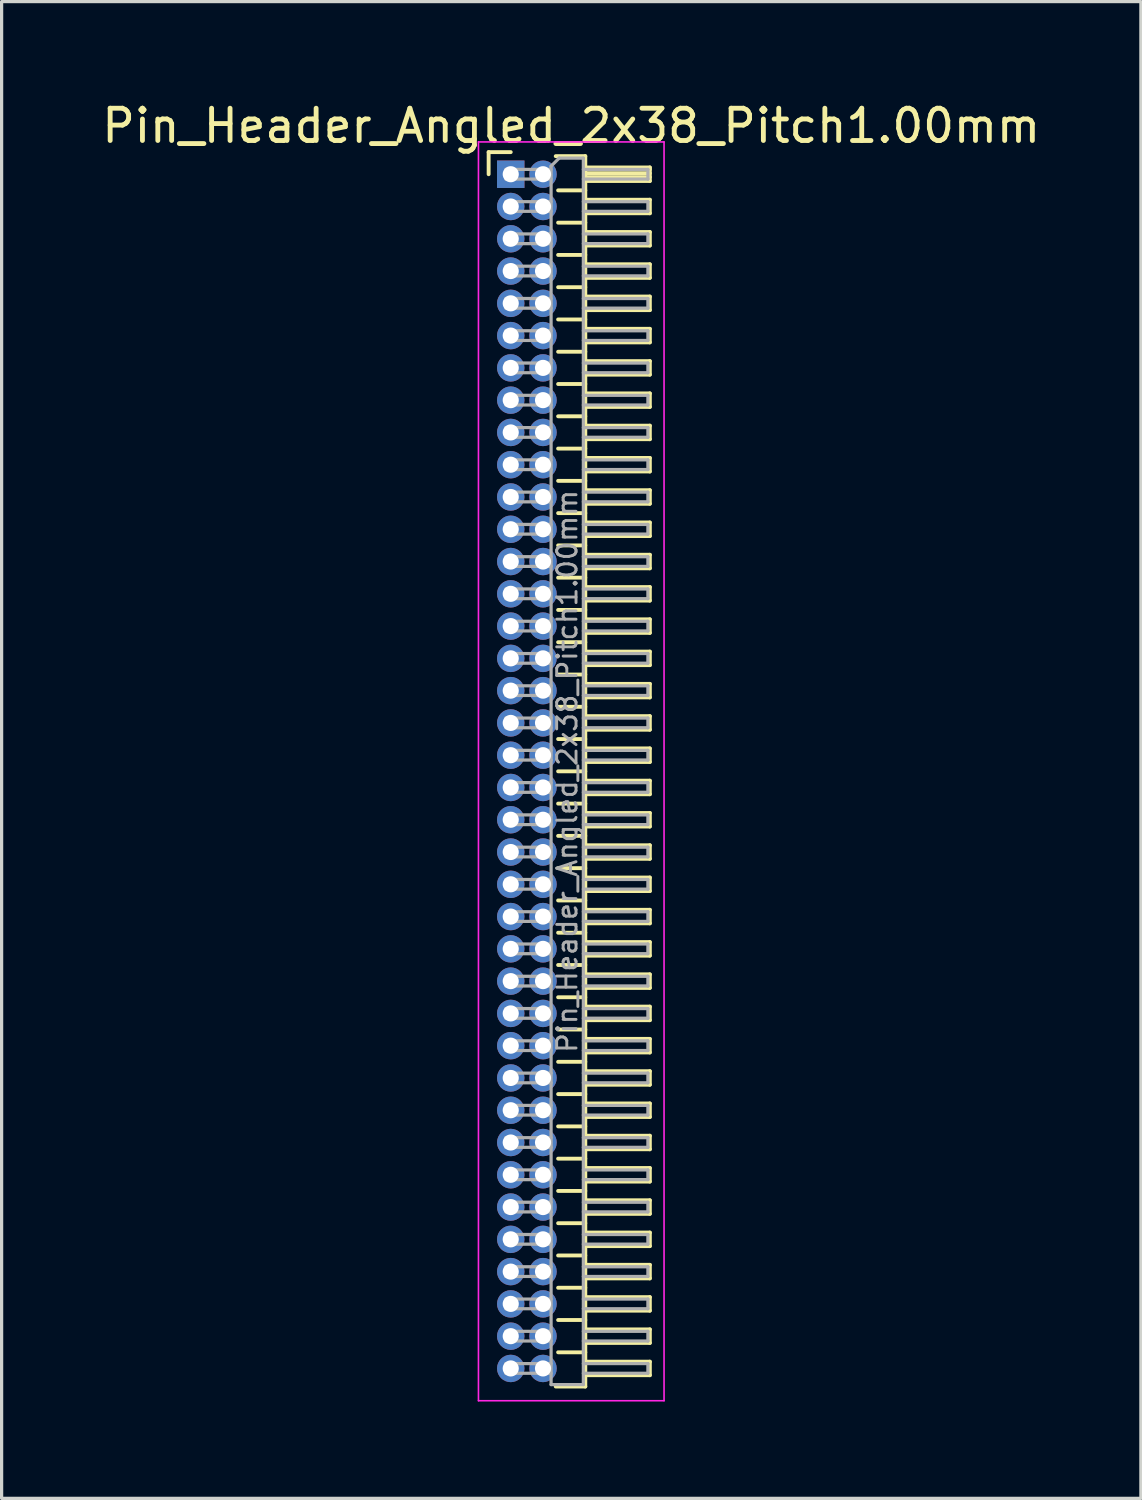
<source format=kicad_pcb>
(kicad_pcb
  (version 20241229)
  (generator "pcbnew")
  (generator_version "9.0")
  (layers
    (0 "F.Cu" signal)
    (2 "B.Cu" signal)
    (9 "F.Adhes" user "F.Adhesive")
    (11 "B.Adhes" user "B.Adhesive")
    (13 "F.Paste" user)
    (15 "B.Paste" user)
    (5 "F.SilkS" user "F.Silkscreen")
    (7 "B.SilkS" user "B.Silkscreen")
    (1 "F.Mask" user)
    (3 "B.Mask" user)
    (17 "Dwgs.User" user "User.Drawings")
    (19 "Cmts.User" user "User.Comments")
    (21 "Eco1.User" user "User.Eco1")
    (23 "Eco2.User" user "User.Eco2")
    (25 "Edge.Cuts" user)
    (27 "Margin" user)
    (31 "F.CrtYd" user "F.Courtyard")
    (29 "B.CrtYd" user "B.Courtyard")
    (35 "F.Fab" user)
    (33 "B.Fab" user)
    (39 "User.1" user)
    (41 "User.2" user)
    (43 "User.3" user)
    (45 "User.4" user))
  (footprint "Pin_Header_Angled_2x38_Pitch1.00mm"
    (layer "F.Cu")
    (at 12.774 2.348)
    (property "Reference" "Pin_Header_Angled_2x38_Pitch1.00mm" (at 1.875 -1.5 0) (layer "F.SilkS") (effects (font (size 1 1) (thickness 0.15))))
    (attr through_hole)
    (fp_line (start -0.685 -0.685) (end 0 -0.685) (stroke (width 0.12) (type solid)) (layer "F.SilkS"))
    (fp_line (start -0.685 0) (end -0.685 -0.685) (stroke (width 0.12) (type solid)) (layer "F.SilkS"))
    (fp_line (start 1.394 -0.56) (end 2.31 -0.56) (stroke (width 0.12) (type solid)) (layer "F.SilkS"))
    (fp_line (start 1.468 0.5) (end 2.31 0.5) (stroke (width 0.12) (type solid)) (layer "F.SilkS"))
    (fp_line (start 1.468 1.5) (end 2.31 1.5) (stroke (width 0.12) (type solid)) (layer "F.SilkS"))
    (fp_line (start 1.468 2.5) (end 2.31 2.5) (stroke (width 0.12) (type solid)) (layer "F.SilkS"))
    (fp_line (start 1.468 3.5) (end 2.31 3.5) (stroke (width 0.12) (type solid)) (layer "F.SilkS"))
    (fp_line (start 1.468 4.5) (end 2.31 4.5) (stroke (width 0.12) (type solid)) (layer "F.SilkS"))
    (fp_line (start 1.468 5.5) (end 2.31 5.5) (stroke (width 0.12) (type solid)) (layer "F.SilkS"))
    (fp_line (start 1.468 6.5) (end 2.31 6.5) (stroke (width 0.12) (type solid)) (layer "F.SilkS"))
    (fp_line (start 1.468 7.5) (end 2.31 7.5) (stroke (width 0.12) (type solid)) (layer "F.SilkS"))
    (fp_line (start 1.468 8.5) (end 2.31 8.5) (stroke (width 0.12) (type solid)) (layer "F.SilkS"))
    (fp_line (start 1.468 9.5) (end 2.31 9.5) (stroke (width 0.12) (type solid)) (layer "F.SilkS"))
    (fp_line (start 1.468 10.5) (end 2.31 10.5) (stroke (width 0.12) (type solid)) (layer "F.SilkS"))
    (fp_line (start 1.468 11.5) (end 2.31 11.5) (stroke (width 0.12) (type solid)) (layer "F.SilkS"))
    (fp_line (start 1.468 12.5) (end 2.31 12.5) (stroke (width 0.12) (type solid)) (layer "F.SilkS"))
    (fp_line (start 1.468 13.5) (end 2.31 13.5) (stroke (width 0.12) (type solid)) (layer "F.SilkS"))
    (fp_line (start 1.468 14.5) (end 2.31 14.5) (stroke (width 0.12) (type solid)) (layer "F.SilkS"))
    (fp_line (start 1.468 15.5) (end 2.31 15.5) (stroke (width 0.12) (type solid)) (layer "F.SilkS"))
    (fp_line (start 1.468 16.5) (end 2.31 16.5) (stroke (width 0.12) (type solid)) (layer "F.SilkS"))
    (fp_line (start 1.468 17.5) (end 2.31 17.5) (stroke (width 0.12) (type solid)) (layer "F.SilkS"))
    (fp_line (start 1.468 18.5) (end 2.31 18.5) (stroke (width 0.12) (type solid)) (layer "F.SilkS"))
    (fp_line (start 1.468 19.5) (end 2.31 19.5) (stroke (width 0.12) (type solid)) (layer "F.SilkS"))
    (fp_line (start 1.468 20.5) (end 2.31 20.5) (stroke (width 0.12) (type solid)) (layer "F.SilkS"))
    (fp_line (start 1.468 21.5) (end 2.31 21.5) (stroke (width 0.12) (type solid)) (layer "F.SilkS"))
    (fp_line (start 1.468 22.5) (end 2.31 22.5) (stroke (width 0.12) (type solid)) (layer "F.SilkS"))
    (fp_line (start 1.468 23.5) (end 2.31 23.5) (stroke (width 0.12) (type solid)) (layer "F.SilkS"))
    (fp_line (start 1.468 24.5) (end 2.31 24.5) (stroke (width 0.12) (type solid)) (layer "F.SilkS"))
    (fp_line (start 1.468 25.5) (end 2.31 25.5) (stroke (width 0.12) (type solid)) (layer "F.SilkS"))
    (fp_line (start 1.468 26.5) (end 2.31 26.5) (stroke (width 0.12) (type solid)) (layer "F.SilkS"))
    (fp_line (start 1.468 27.5) (end 2.31 27.5) (stroke (width 0.12) (type solid)) (layer "F.SilkS"))
    (fp_line (start 1.468 28.5) (end 2.31 28.5) (stroke (width 0.12) (type solid)) (layer "F.SilkS"))
    (fp_line (start 1.468 29.5) (end 2.31 29.5) (stroke (width 0.12) (type solid)) (layer "F.SilkS"))
    (fp_line (start 1.468 30.5) (end 2.31 30.5) (stroke (width 0.12) (type solid)) (layer "F.SilkS"))
    (fp_line (start 1.468 31.5) (end 2.31 31.5) (stroke (width 0.12) (type solid)) (layer "F.SilkS"))
    (fp_line (start 1.468 32.5) (end 2.31 32.5) (stroke (width 0.12) (type solid)) (layer "F.SilkS"))
    (fp_line (start 1.468 33.5) (end 2.31 33.5) (stroke (width 0.12) (type solid)) (layer "F.SilkS"))
    (fp_line (start 1.468 34.5) (end 2.31 34.5) (stroke (width 0.12) (type solid)) (layer "F.SilkS"))
    (fp_line (start 1.468 35.5) (end 2.31 35.5) (stroke (width 0.12) (type solid)) (layer "F.SilkS"))
    (fp_line (start 1.468 36.5) (end 2.31 36.5) (stroke (width 0.12) (type solid)) (layer "F.SilkS"))
    (fp_line (start 2.31 -0.56) (end 2.31 37.56) (stroke (width 0.12) (type solid)) (layer "F.SilkS"))
    (fp_line (start 2.31 -0.21) (end 4.31 -0.21) (stroke (width 0.12) (type solid)) (layer "F.SilkS"))
    (fp_line (start 2.31 -0.15) (end 4.31 -0.15) (stroke (width 0.12) (type solid)) (layer "F.SilkS"))
    (fp_line (start 2.31 -0.03) (end 4.31 -0.03) (stroke (width 0.12) (type solid)) (layer "F.SilkS"))
    (fp_line (start 2.31 0.09) (end 4.31 0.09) (stroke (width 0.12) (type solid)) (layer "F.SilkS"))
    (fp_line (start 2.31 0.79) (end 4.31 0.79) (stroke (width 0.12) (type solid)) (layer "F.SilkS"))
    (fp_line (start 2.31 1.79) (end 4.31 1.79) (stroke (width 0.12) (type solid)) (layer "F.SilkS"))
    (fp_line (start 2.31 2.79) (end 4.31 2.79) (stroke (width 0.12) (type solid)) (layer "F.SilkS"))
    (fp_line (start 2.31 3.79) (end 4.31 3.79) (stroke (width 0.12) (type solid)) (layer "F.SilkS"))
    (fp_line (start 2.31 4.79) (end 4.31 4.79) (stroke (width 0.12) (type solid)) (layer "F.SilkS"))
    (fp_line (start 2.31 5.79) (end 4.31 5.79) (stroke (width 0.12) (type solid)) (layer "F.SilkS"))
    (fp_line (start 2.31 6.79) (end 4.31 6.79) (stroke (width 0.12) (type solid)) (layer "F.SilkS"))
    (fp_line (start 2.31 7.79) (end 4.31 7.79) (stroke (width 0.12) (type solid)) (layer "F.SilkS"))
    (fp_line (start 2.31 8.79) (end 4.31 8.79) (stroke (width 0.12) (type solid)) (layer "F.SilkS"))
    (fp_line (start 2.31 9.79) (end 4.31 9.79) (stroke (width 0.12) (type solid)) (layer "F.SilkS"))
    (fp_line (start 2.31 10.79) (end 4.31 10.79) (stroke (width 0.12) (type solid)) (layer "F.SilkS"))
    (fp_line (start 2.31 11.79) (end 4.31 11.79) (stroke (width 0.12) (type solid)) (layer "F.SilkS"))
    (fp_line (start 2.31 12.79) (end 4.31 12.79) (stroke (width 0.12) (type solid)) (layer "F.SilkS"))
    (fp_line (start 2.31 13.79) (end 4.31 13.79) (stroke (width 0.12) (type solid)) (layer "F.SilkS"))
    (fp_line (start 2.31 14.79) (end 4.31 14.79) (stroke (width 0.12) (type solid)) (layer "F.SilkS"))
    (fp_line (start 2.31 15.79) (end 4.31 15.79) (stroke (width 0.12) (type solid)) (layer "F.SilkS"))
    (fp_line (start 2.31 16.79) (end 4.31 16.79) (stroke (width 0.12) (type solid)) (layer "F.SilkS"))
    (fp_line (start 2.31 17.79) (end 4.31 17.79) (stroke (width 0.12) (type solid)) (layer "F.SilkS"))
    (fp_line (start 2.31 18.79) (end 4.31 18.79) (stroke (width 0.12) (type solid)) (layer "F.SilkS"))
    (fp_line (start 2.31 19.79) (end 4.31 19.79) (stroke (width 0.12) (type solid)) (layer "F.SilkS"))
    (fp_line (start 2.31 20.79) (end 4.31 20.79) (stroke (width 0.12) (type solid)) (layer "F.SilkS"))
    (fp_line (start 2.31 21.79) (end 4.31 21.79) (stroke (width 0.12) (type solid)) (layer "F.SilkS"))
    (fp_line (start 2.31 22.79) (end 4.31 22.79) (stroke (width 0.12) (type solid)) (layer "F.SilkS"))
    (fp_line (start 2.31 23.79) (end 4.31 23.79) (stroke (width 0.12) (type solid)) (layer "F.SilkS"))
    (fp_line (start 2.31 24.79) (end 4.31 24.79) (stroke (width 0.12) (type solid)) (layer "F.SilkS"))
    (fp_line (start 2.31 25.79) (end 4.31 25.79) (stroke (width 0.12) (type solid)) (layer "F.SilkS"))
    (fp_line (start 2.31 26.79) (end 4.31 26.79) (stroke (width 0.12) (type solid)) (layer "F.SilkS"))
    (fp_line (start 2.31 27.79) (end 4.31 27.79) (stroke (width 0.12) (type solid)) (layer "F.SilkS"))
    (fp_line (start 2.31 28.79) (end 4.31 28.79) (stroke (width 0.12) (type solid)) (layer "F.SilkS"))
    (fp_line (start 2.31 29.79) (end 4.31 29.79) (stroke (width 0.12) (type solid)) (layer "F.SilkS"))
    (fp_line (start 2.31 30.79) (end 4.31 30.79) (stroke (width 0.12) (type solid)) (layer "F.SilkS"))
    (fp_line (start 2.31 31.79) (end 4.31 31.79) (stroke (width 0.12) (type solid)) (layer "F.SilkS"))
    (fp_line (start 2.31 32.79) (end 4.31 32.79) (stroke (width 0.12) (type solid)) (layer "F.SilkS"))
    (fp_line (start 2.31 33.79) (end 4.31 33.79) (stroke (width 0.12) (type solid)) (layer "F.SilkS"))
    (fp_line (start 2.31 34.79) (end 4.31 34.79) (stroke (width 0.12) (type solid)) (layer "F.SilkS"))
    (fp_line (start 2.31 35.79) (end 4.31 35.79) (stroke (width 0.12) (type solid)) (layer "F.SilkS"))
    (fp_line (start 2.31 36.79) (end 4.31 36.79) (stroke (width 0.12) (type solid)) (layer "F.SilkS"))
    (fp_line (start 2.31 37.56) (end 1.394 37.56) (stroke (width 0.12) (type solid)) (layer "F.SilkS"))
    (fp_line (start 4.31 -0.21) (end 4.31 0.21) (stroke (width 0.12) (type solid)) (layer "F.SilkS"))
    (fp_line (start 4.31 0.21) (end 2.31 0.21) (stroke (width 0.12) (type solid)) (layer "F.SilkS"))
    (fp_line (start 4.31 0.79) (end 4.31 1.21) (stroke (width 0.12) (type solid)) (layer "F.SilkS"))
    (fp_line (start 4.31 1.21) (end 2.31 1.21) (stroke (width 0.12) (type solid)) (layer "F.SilkS"))
    (fp_line (start 4.31 1.79) (end 4.31 2.21) (stroke (width 0.12) (type solid)) (layer "F.SilkS"))
    (fp_line (start 4.31 2.21) (end 2.31 2.21) (stroke (width 0.12) (type solid)) (layer "F.SilkS"))
    (fp_line (start 4.31 2.79) (end 4.31 3.21) (stroke (width 0.12) (type solid)) (layer "F.SilkS"))
    (fp_line (start 4.31 3.21) (end 2.31 3.21) (stroke (width 0.12) (type solid)) (layer "F.SilkS"))
    (fp_line (start 4.31 3.79) (end 4.31 4.21) (stroke (width 0.12) (type solid)) (layer "F.SilkS"))
    (fp_line (start 4.31 4.21) (end 2.31 4.21) (stroke (width 0.12) (type solid)) (layer "F.SilkS"))
    (fp_line (start 4.31 4.79) (end 4.31 5.21) (stroke (width 0.12) (type solid)) (layer "F.SilkS"))
    (fp_line (start 4.31 5.21) (end 2.31 5.21) (stroke (width 0.12) (type solid)) (layer "F.SilkS"))
    (fp_line (start 4.31 5.79) (end 4.31 6.21) (stroke (width 0.12) (type solid)) (layer "F.SilkS"))
    (fp_line (start 4.31 6.21) (end 2.31 6.21) (stroke (width 0.12) (type solid)) (layer "F.SilkS"))
    (fp_line (start 4.31 6.79) (end 4.31 7.21) (stroke (width 0.12) (type solid)) (layer "F.SilkS"))
    (fp_line (start 4.31 7.21) (end 2.31 7.21) (stroke (width 0.12) (type solid)) (layer "F.SilkS"))
    (fp_line (start 4.31 7.79) (end 4.31 8.21) (stroke (width 0.12) (type solid)) (layer "F.SilkS"))
    (fp_line (start 4.31 8.21) (end 2.31 8.21) (stroke (width 0.12) (type solid)) (layer "F.SilkS"))
    (fp_line (start 4.31 8.79) (end 4.31 9.21) (stroke (width 0.12) (type solid)) (layer "F.SilkS"))
    (fp_line (start 4.31 9.21) (end 2.31 9.21) (stroke (width 0.12) (type solid)) (layer "F.SilkS"))
    (fp_line (start 4.31 9.79) (end 4.31 10.21) (stroke (width 0.12) (type solid)) (layer "F.SilkS"))
    (fp_line (start 4.31 10.21) (end 2.31 10.21) (stroke (width 0.12) (type solid)) (layer "F.SilkS"))
    (fp_line (start 4.31 10.79) (end 4.31 11.21) (stroke (width 0.12) (type solid)) (layer "F.SilkS"))
    (fp_line (start 4.31 11.21) (end 2.31 11.21) (stroke (width 0.12) (type solid)) (layer "F.SilkS"))
    (fp_line (start 4.31 11.79) (end 4.31 12.21) (stroke (width 0.12) (type solid)) (layer "F.SilkS"))
    (fp_line (start 4.31 12.21) (end 2.31 12.21) (stroke (width 0.12) (type solid)) (layer "F.SilkS"))
    (fp_line (start 4.31 12.79) (end 4.31 13.21) (stroke (width 0.12) (type solid)) (layer "F.SilkS"))
    (fp_line (start 4.31 13.21) (end 2.31 13.21) (stroke (width 0.12) (type solid)) (layer "F.SilkS"))
    (fp_line (start 4.31 13.79) (end 4.31 14.21) (stroke (width 0.12) (type solid)) (layer "F.SilkS"))
    (fp_line (start 4.31 14.21) (end 2.31 14.21) (stroke (width 0.12) (type solid)) (layer "F.SilkS"))
    (fp_line (start 4.31 14.79) (end 4.31 15.21) (stroke (width 0.12) (type solid)) (layer "F.SilkS"))
    (fp_line (start 4.31 15.21) (end 2.31 15.21) (stroke (width 0.12) (type solid)) (layer "F.SilkS"))
    (fp_line (start 4.31 15.79) (end 4.31 16.21) (stroke (width 0.12) (type solid)) (layer "F.SilkS"))
    (fp_line (start 4.31 16.21) (end 2.31 16.21) (stroke (width 0.12) (type solid)) (layer "F.SilkS"))
    (fp_line (start 4.31 16.79) (end 4.31 17.21) (stroke (width 0.12) (type solid)) (layer "F.SilkS"))
    (fp_line (start 4.31 17.21) (end 2.31 17.21) (stroke (width 0.12) (type solid)) (layer "F.SilkS"))
    (fp_line (start 4.31 17.79) (end 4.31 18.21) (stroke (width 0.12) (type solid)) (layer "F.SilkS"))
    (fp_line (start 4.31 18.21) (end 2.31 18.21) (stroke (width 0.12) (type solid)) (layer "F.SilkS"))
    (fp_line (start 4.31 18.79) (end 4.31 19.21) (stroke (width 0.12) (type solid)) (layer "F.SilkS"))
    (fp_line (start 4.31 19.21) (end 2.31 19.21) (stroke (width 0.12) (type solid)) (layer "F.SilkS"))
    (fp_line (start 4.31 19.79) (end 4.31 20.21) (stroke (width 0.12) (type solid)) (layer "F.SilkS"))
    (fp_line (start 4.31 20.21) (end 2.31 20.21) (stroke (width 0.12) (type solid)) (layer "F.SilkS"))
    (fp_line (start 4.31 20.79) (end 4.31 21.21) (stroke (width 0.12) (type solid)) (layer "F.SilkS"))
    (fp_line (start 4.31 21.21) (end 2.31 21.21) (stroke (width 0.12) (type solid)) (layer "F.SilkS"))
    (fp_line (start 4.31 21.79) (end 4.31 22.21) (stroke (width 0.12) (type solid)) (layer "F.SilkS"))
    (fp_line (start 4.31 22.21) (end 2.31 22.21) (stroke (width 0.12) (type solid)) (layer "F.SilkS"))
    (fp_line (start 4.31 22.79) (end 4.31 23.21) (stroke (width 0.12) (type solid)) (layer "F.SilkS"))
    (fp_line (start 4.31 23.21) (end 2.31 23.21) (stroke (width 0.12) (type solid)) (layer "F.SilkS"))
    (fp_line (start 4.31 23.79) (end 4.31 24.21) (stroke (width 0.12) (type solid)) (layer "F.SilkS"))
    (fp_line (start 4.31 24.21) (end 2.31 24.21) (stroke (width 0.12) (type solid)) (layer "F.SilkS"))
    (fp_line (start 4.31 24.79) (end 4.31 25.21) (stroke (width 0.12) (type solid)) (layer "F.SilkS"))
    (fp_line (start 4.31 25.21) (end 2.31 25.21) (stroke (width 0.12) (type solid)) (layer "F.SilkS"))
    (fp_line (start 4.31 25.79) (end 4.31 26.21) (stroke (width 0.12) (type solid)) (layer "F.SilkS"))
    (fp_line (start 4.31 26.21) (end 2.31 26.21) (stroke (width 0.12) (type solid)) (layer "F.SilkS"))
    (fp_line (start 4.31 26.79) (end 4.31 27.21) (stroke (width 0.12) (type solid)) (layer "F.SilkS"))
    (fp_line (start 4.31 27.21) (end 2.31 27.21) (stroke (width 0.12) (type solid)) (layer "F.SilkS"))
    (fp_line (start 4.31 27.79) (end 4.31 28.21) (stroke (width 0.12) (type solid)) (layer "F.SilkS"))
    (fp_line (start 4.31 28.21) (end 2.31 28.21) (stroke (width 0.12) (type solid)) (layer "F.SilkS"))
    (fp_line (start 4.31 28.79) (end 4.31 29.21) (stroke (width 0.12) (type solid)) (layer "F.SilkS"))
    (fp_line (start 4.31 29.21) (end 2.31 29.21) (stroke (width 0.12) (type solid)) (layer "F.SilkS"))
    (fp_line (start 4.31 29.79) (end 4.31 30.21) (stroke (width 0.12) (type solid)) (layer "F.SilkS"))
    (fp_line (start 4.31 30.21) (end 2.31 30.21) (stroke (width 0.12) (type solid)) (layer "F.SilkS"))
    (fp_line (start 4.31 30.79) (end 4.31 31.21) (stroke (width 0.12) (type solid)) (layer "F.SilkS"))
    (fp_line (start 4.31 31.21) (end 2.31 31.21) (stroke (width 0.12) (type solid)) (layer "F.SilkS"))
    (fp_line (start 4.31 31.79) (end 4.31 32.21) (stroke (width 0.12) (type solid)) (layer "F.SilkS"))
    (fp_line (start 4.31 32.21) (end 2.31 32.21) (stroke (width 0.12) (type solid)) (layer "F.SilkS"))
    (fp_line (start 4.31 32.79) (end 4.31 33.21) (stroke (width 0.12) (type solid)) (layer "F.SilkS"))
    (fp_line (start 4.31 33.21) (end 2.31 33.21) (stroke (width 0.12) (type solid)) (layer "F.SilkS"))
    (fp_line (start 4.31 33.79) (end 4.31 34.21) (stroke (width 0.12) (type solid)) (layer "F.SilkS"))
    (fp_line (start 4.31 34.21) (end 2.31 34.21) (stroke (width 0.12) (type solid)) (layer "F.SilkS"))
    (fp_line (start 4.31 34.79) (end 4.31 35.21) (stroke (width 0.12) (type solid)) (layer "F.SilkS"))
    (fp_line (start 4.31 35.21) (end 2.31 35.21) (stroke (width 0.12) (type solid)) (layer "F.SilkS"))
    (fp_line (start 4.31 35.79) (end 4.31 36.21) (stroke (width 0.12) (type solid)) (layer "F.SilkS"))
    (fp_line (start 4.31 36.21) (end 2.31 36.21) (stroke (width 0.12) (type solid)) (layer "F.SilkS"))
    (fp_line (start 4.31 36.79) (end 4.31 37.21) (stroke (width 0.12) (type solid)) (layer "F.SilkS"))
    (fp_line (start 4.31 37.21) (end 2.31 37.21) (stroke (width 0.12) (type solid)) (layer "F.SilkS"))
    (fp_line (start -1 -1) (end -1 38) (stroke (width 0.05) (type solid)) (layer "F.CrtYd"))
    (fp_line (start -1 38) (end 4.75 38) (stroke (width 0.05) (type solid)) (layer "F.CrtYd"))
    (fp_line (start 4.75 -1) (end -1 -1) (stroke (width 0.05) (type solid)) (layer "F.CrtYd"))
    (fp_line (start 4.75 38) (end 4.75 -1) (stroke (width 0.05) (type solid)) (layer "F.CrtYd"))
    (fp_line (start -0.15 -0.15) (end -0.15 0.15) (stroke (width 0.1) (type solid)) (layer "F.Fab"))
    (fp_line (start -0.15 -0.15) (end 1.25 -0.15) (stroke (width 0.1) (type solid)) (layer "F.Fab"))
    (fp_line (start -0.15 0.15) (end 1.25 0.15) (stroke (width 0.1) (type solid)) (layer "F.Fab"))
    (fp_line (start -0.15 0.85) (end -0.15 1.15) (stroke (width 0.1) (type solid)) (layer "F.Fab"))
    (fp_line (start -0.15 0.85) (end 1.25 0.85) (stroke (width 0.1) (type solid)) (layer "F.Fab"))
    (fp_line (start -0.15 1.15) (end 1.25 1.15) (stroke (width 0.1) (type solid)) (layer "F.Fab"))
    (fp_line (start -0.15 1.85) (end -0.15 2.15) (stroke (width 0.1) (type solid)) (layer "F.Fab"))
    (fp_line (start -0.15 1.85) (end 1.25 1.85) (stroke (width 0.1) (type solid)) (layer "F.Fab"))
    (fp_line (start -0.15 2.15) (end 1.25 2.15) (stroke (width 0.1) (type solid)) (layer "F.Fab"))
    (fp_line (start -0.15 2.85) (end -0.15 3.15) (stroke (width 0.1) (type solid)) (layer "F.Fab"))
    (fp_line (start -0.15 2.85) (end 1.25 2.85) (stroke (width 0.1) (type solid)) (layer "F.Fab"))
    (fp_line (start -0.15 3.15) (end 1.25 3.15) (stroke (width 0.1) (type solid)) (layer "F.Fab"))
    (fp_line (start -0.15 3.85) (end -0.15 4.15) (stroke (width 0.1) (type solid)) (layer "F.Fab"))
    (fp_line (start -0.15 3.85) (end 1.25 3.85) (stroke (width 0.1) (type solid)) (layer "F.Fab"))
    (fp_line (start -0.15 4.15) (end 1.25 4.15) (stroke (width 0.1) (type solid)) (layer "F.Fab"))
    (fp_line (start -0.15 4.85) (end -0.15 5.15) (stroke (width 0.1) (type solid)) (layer "F.Fab"))
    (fp_line (start -0.15 4.85) (end 1.25 4.85) (stroke (width 0.1) (type solid)) (layer "F.Fab"))
    (fp_line (start -0.15 5.15) (end 1.25 5.15) (stroke (width 0.1) (type solid)) (layer "F.Fab"))
    (fp_line (start -0.15 5.85) (end -0.15 6.15) (stroke (width 0.1) (type solid)) (layer "F.Fab"))
    (fp_line (start -0.15 5.85) (end 1.25 5.85) (stroke (width 0.1) (type solid)) (layer "F.Fab"))
    (fp_line (start -0.15 6.15) (end 1.25 6.15) (stroke (width 0.1) (type solid)) (layer "F.Fab"))
    (fp_line (start -0.15 6.85) (end -0.15 7.15) (stroke (width 0.1) (type solid)) (layer "F.Fab"))
    (fp_line (start -0.15 6.85) (end 1.25 6.85) (stroke (width 0.1) (type solid)) (layer "F.Fab"))
    (fp_line (start -0.15 7.15) (end 1.25 7.15) (stroke (width 0.1) (type solid)) (layer "F.Fab"))
    (fp_line (start -0.15 7.85) (end -0.15 8.15) (stroke (width 0.1) (type solid)) (layer "F.Fab"))
    (fp_line (start -0.15 7.85) (end 1.25 7.85) (stroke (width 0.1) (type solid)) (layer "F.Fab"))
    (fp_line (start -0.15 8.15) (end 1.25 8.15) (stroke (width 0.1) (type solid)) (layer "F.Fab"))
    (fp_line (start -0.15 8.85) (end -0.15 9.15) (stroke (width 0.1) (type solid)) (layer "F.Fab"))
    (fp_line (start -0.15 8.85) (end 1.25 8.85) (stroke (width 0.1) (type solid)) (layer "F.Fab"))
    (fp_line (start -0.15 9.15) (end 1.25 9.15) (stroke (width 0.1) (type solid)) (layer "F.Fab"))
    (fp_line (start -0.15 9.85) (end -0.15 10.15) (stroke (width 0.1) (type solid)) (layer "F.Fab"))
    (fp_line (start -0.15 9.85) (end 1.25 9.85) (stroke (width 0.1) (type solid)) (layer "F.Fab"))
    (fp_line (start -0.15 10.15) (end 1.25 10.15) (stroke (width 0.1) (type solid)) (layer "F.Fab"))
    (fp_line (start -0.15 10.85) (end -0.15 11.15) (stroke (width 0.1) (type solid)) (layer "F.Fab"))
    (fp_line (start -0.15 10.85) (end 1.25 10.85) (stroke (width 0.1) (type solid)) (layer "F.Fab"))
    (fp_line (start -0.15 11.15) (end 1.25 11.15) (stroke (width 0.1) (type solid)) (layer "F.Fab"))
    (fp_line (start -0.15 11.85) (end -0.15 12.15) (stroke (width 0.1) (type solid)) (layer "F.Fab"))
    (fp_line (start -0.15 11.85) (end 1.25 11.85) (stroke (width 0.1) (type solid)) (layer "F.Fab"))
    (fp_line (start -0.15 12.15) (end 1.25 12.15) (stroke (width 0.1) (type solid)) (layer "F.Fab"))
    (fp_line (start -0.15 12.85) (end -0.15 13.15) (stroke (width 0.1) (type solid)) (layer "F.Fab"))
    (fp_line (start -0.15 12.85) (end 1.25 12.85) (stroke (width 0.1) (type solid)) (layer "F.Fab"))
    (fp_line (start -0.15 13.15) (end 1.25 13.15) (stroke (width 0.1) (type solid)) (layer "F.Fab"))
    (fp_line (start -0.15 13.85) (end -0.15 14.15) (stroke (width 0.1) (type solid)) (layer "F.Fab"))
    (fp_line (start -0.15 13.85) (end 1.25 13.85) (stroke (width 0.1) (type solid)) (layer "F.Fab"))
    (fp_line (start -0.15 14.15) (end 1.25 14.15) (stroke (width 0.1) (type solid)) (layer "F.Fab"))
    (fp_line (start -0.15 14.85) (end -0.15 15.15) (stroke (width 0.1) (type solid)) (layer "F.Fab"))
    (fp_line (start -0.15 14.85) (end 1.25 14.85) (stroke (width 0.1) (type solid)) (layer "F.Fab"))
    (fp_line (start -0.15 15.15) (end 1.25 15.15) (stroke (width 0.1) (type solid)) (layer "F.Fab"))
    (fp_line (start -0.15 15.85) (end -0.15 16.15) (stroke (width 0.1) (type solid)) (layer "F.Fab"))
    (fp_line (start -0.15 15.85) (end 1.25 15.85) (stroke (width 0.1) (type solid)) (layer "F.Fab"))
    (fp_line (start -0.15 16.15) (end 1.25 16.15) (stroke (width 0.1) (type solid)) (layer "F.Fab"))
    (fp_line (start -0.15 16.85) (end -0.15 17.15) (stroke (width 0.1) (type solid)) (layer "F.Fab"))
    (fp_line (start -0.15 16.85) (end 1.25 16.85) (stroke (width 0.1) (type solid)) (layer "F.Fab"))
    (fp_line (start -0.15 17.15) (end 1.25 17.15) (stroke (width 0.1) (type solid)) (layer "F.Fab"))
    (fp_line (start -0.15 17.85) (end -0.15 18.15) (stroke (width 0.1) (type solid)) (layer "F.Fab"))
    (fp_line (start -0.15 17.85) (end 1.25 17.85) (stroke (width 0.1) (type solid)) (layer "F.Fab"))
    (fp_line (start -0.15 18.15) (end 1.25 18.15) (stroke (width 0.1) (type solid)) (layer "F.Fab"))
    (fp_line (start -0.15 18.85) (end -0.15 19.15) (stroke (width 0.1) (type solid)) (layer "F.Fab"))
    (fp_line (start -0.15 18.85) (end 1.25 18.85) (stroke (width 0.1) (type solid)) (layer "F.Fab"))
    (fp_line (start -0.15 19.15) (end 1.25 19.15) (stroke (width 0.1) (type solid)) (layer "F.Fab"))
    (fp_line (start -0.15 19.85) (end -0.15 20.15) (stroke (width 0.1) (type solid)) (layer "F.Fab"))
    (fp_line (start -0.15 19.85) (end 1.25 19.85) (stroke (width 0.1) (type solid)) (layer "F.Fab"))
    (fp_line (start -0.15 20.15) (end 1.25 20.15) (stroke (width 0.1) (type solid)) (layer "F.Fab"))
    (fp_line (start -0.15 20.85) (end -0.15 21.15) (stroke (width 0.1) (type solid)) (layer "F.Fab"))
    (fp_line (start -0.15 20.85) (end 1.25 20.85) (stroke (width 0.1) (type solid)) (layer "F.Fab"))
    (fp_line (start -0.15 21.15) (end 1.25 21.15) (stroke (width 0.1) (type solid)) (layer "F.Fab"))
    (fp_line (start -0.15 21.85) (end -0.15 22.15) (stroke (width 0.1) (type solid)) (layer "F.Fab"))
    (fp_line (start -0.15 21.85) (end 1.25 21.85) (stroke (width 0.1) (type solid)) (layer "F.Fab"))
    (fp_line (start -0.15 22.15) (end 1.25 22.15) (stroke (width 0.1) (type solid)) (layer "F.Fab"))
    (fp_line (start -0.15 22.85) (end -0.15 23.15) (stroke (width 0.1) (type solid)) (layer "F.Fab"))
    (fp_line (start -0.15 22.85) (end 1.25 22.85) (stroke (width 0.1) (type solid)) (layer "F.Fab"))
    (fp_line (start -0.15 23.15) (end 1.25 23.15) (stroke (width 0.1) (type solid)) (layer "F.Fab"))
    (fp_line (start -0.15 23.85) (end -0.15 24.15) (stroke (width 0.1) (type solid)) (layer "F.Fab"))
    (fp_line (start -0.15 23.85) (end 1.25 23.85) (stroke (width 0.1) (type solid)) (layer "F.Fab"))
    (fp_line (start -0.15 24.15) (end 1.25 24.15) (stroke (width 0.1) (type solid)) (layer "F.Fab"))
    (fp_line (start -0.15 24.85) (end -0.15 25.15) (stroke (width 0.1) (type solid)) (layer "F.Fab"))
    (fp_line (start -0.15 24.85) (end 1.25 24.85) (stroke (width 0.1) (type solid)) (layer "F.Fab"))
    (fp_line (start -0.15 25.15) (end 1.25 25.15) (stroke (width 0.1) (type solid)) (layer "F.Fab"))
    (fp_line (start -0.15 25.85) (end -0.15 26.15) (stroke (width 0.1) (type solid)) (layer "F.Fab"))
    (fp_line (start -0.15 25.85) (end 1.25 25.85) (stroke (width 0.1) (type solid)) (layer "F.Fab"))
    (fp_line (start -0.15 26.15) (end 1.25 26.15) (stroke (width 0.1) (type solid)) (layer "F.Fab"))
    (fp_line (start -0.15 26.85) (end -0.15 27.15) (stroke (width 0.1) (type solid)) (layer "F.Fab"))
    (fp_line (start -0.15 26.85) (end 1.25 26.85) (stroke (width 0.1) (type solid)) (layer "F.Fab"))
    (fp_line (start -0.15 27.15) (end 1.25 27.15) (stroke (width 0.1) (type solid)) (layer "F.Fab"))
    (fp_line (start -0.15 27.85) (end -0.15 28.15) (stroke (width 0.1) (type solid)) (layer "F.Fab"))
    (fp_line (start -0.15 27.85) (end 1.25 27.85) (stroke (width 0.1) (type solid)) (layer "F.Fab"))
    (fp_line (start -0.15 28.15) (end 1.25 28.15) (stroke (width 0.1) (type solid)) (layer "F.Fab"))
    (fp_line (start -0.15 28.85) (end -0.15 29.15) (stroke (width 0.1) (type solid)) (layer "F.Fab"))
    (fp_line (start -0.15 28.85) (end 1.25 28.85) (stroke (width 0.1) (type solid)) (layer "F.Fab"))
    (fp_line (start -0.15 29.15) (end 1.25 29.15) (stroke (width 0.1) (type solid)) (layer "F.Fab"))
    (fp_line (start -0.15 29.85) (end -0.15 30.15) (stroke (width 0.1) (type solid)) (layer "F.Fab"))
    (fp_line (start -0.15 29.85) (end 1.25 29.85) (stroke (width 0.1) (type solid)) (layer "F.Fab"))
    (fp_line (start -0.15 30.15) (end 1.25 30.15) (stroke (width 0.1) (type solid)) (layer "F.Fab"))
    (fp_line (start -0.15 30.85) (end -0.15 31.15) (stroke (width 0.1) (type solid)) (layer "F.Fab"))
    (fp_line (start -0.15 30.85) (end 1.25 30.85) (stroke (width 0.1) (type solid)) (layer "F.Fab"))
    (fp_line (start -0.15 31.15) (end 1.25 31.15) (stroke (width 0.1) (type solid)) (layer "F.Fab"))
    (fp_line (start -0.15 31.85) (end -0.15 32.15) (stroke (width 0.1) (type solid)) (layer "F.Fab"))
    (fp_line (start -0.15 31.85) (end 1.25 31.85) (stroke (width 0.1) (type solid)) (layer "F.Fab"))
    (fp_line (start -0.15 32.15) (end 1.25 32.15) (stroke (width 0.1) (type solid)) (layer "F.Fab"))
    (fp_line (start -0.15 32.85) (end -0.15 33.15) (stroke (width 0.1) (type solid)) (layer "F.Fab"))
    (fp_line (start -0.15 32.85) (end 1.25 32.85) (stroke (width 0.1) (type solid)) (layer "F.Fab"))
    (fp_line (start -0.15 33.15) (end 1.25 33.15) (stroke (width 0.1) (type solid)) (layer "F.Fab"))
    (fp_line (start -0.15 33.85) (end -0.15 34.15) (stroke (width 0.1) (type solid)) (layer "F.Fab"))
    (fp_line (start -0.15 33.85) (end 1.25 33.85) (stroke (width 0.1) (type solid)) (layer "F.Fab"))
    (fp_line (start -0.15 34.15) (end 1.25 34.15) (stroke (width 0.1) (type solid)) (layer "F.Fab"))
    (fp_line (start -0.15 34.85) (end -0.15 35.15) (stroke (width 0.1) (type solid)) (layer "F.Fab"))
    (fp_line (start -0.15 34.85) (end 1.25 34.85) (stroke (width 0.1) (type solid)) (layer "F.Fab"))
    (fp_line (start -0.15 35.15) (end 1.25 35.15) (stroke (width 0.1) (type solid)) (layer "F.Fab"))
    (fp_line (start -0.15 35.85) (end -0.15 36.15) (stroke (width 0.1) (type solid)) (layer "F.Fab"))
    (fp_line (start -0.15 35.85) (end 1.25 35.85) (stroke (width 0.1) (type solid)) (layer "F.Fab"))
    (fp_line (start -0.15 36.15) (end 1.25 36.15) (stroke (width 0.1) (type solid)) (layer "F.Fab"))
    (fp_line (start -0.15 36.85) (end -0.15 37.15) (stroke (width 0.1) (type solid)) (layer "F.Fab"))
    (fp_line (start -0.15 36.85) (end 1.25 36.85) (stroke (width 0.1) (type solid)) (layer "F.Fab"))
    (fp_line (start -0.15 37.15) (end 1.25 37.15) (stroke (width 0.1) (type solid)) (layer "F.Fab"))
    (fp_line (start 1.25 -0.25) (end 1.5 -0.5) (stroke (width 0.1) (type solid)) (layer "F.Fab"))
    (fp_line (start 1.25 37.5) (end 1.25 -0.25) (stroke (width 0.1) (type solid)) (layer "F.Fab"))
    (fp_line (start 1.5 -0.5) (end 2.25 -0.5) (stroke (width 0.1) (type solid)) (layer "F.Fab"))
    (fp_line (start 2.25 -0.5) (end 2.25 37.5) (stroke (width 0.1) (type solid)) (layer "F.Fab"))
    (fp_line (start 2.25 -0.15) (end 4.25 -0.15) (stroke (width 0.1) (type solid)) (layer "F.Fab"))
    (fp_line (start 2.25 0.15) (end 4.25 0.15) (stroke (width 0.1) (type solid)) (layer "F.Fab"))
    (fp_line (start 2.25 0.85) (end 4.25 0.85) (stroke (width 0.1) (type solid)) (layer "F.Fab"))
    (fp_line (start 2.25 1.15) (end 4.25 1.15) (stroke (width 0.1) (type solid)) (layer "F.Fab"))
    (fp_line (start 2.25 1.85) (end 4.25 1.85) (stroke (width 0.1) (type solid)) (layer "F.Fab"))
    (fp_line (start 2.25 2.15) (end 4.25 2.15) (stroke (width 0.1) (type solid)) (layer "F.Fab"))
    (fp_line (start 2.25 2.85) (end 4.25 2.85) (stroke (width 0.1) (type solid)) (layer "F.Fab"))
    (fp_line (start 2.25 3.15) (end 4.25 3.15) (stroke (width 0.1) (type solid)) (layer "F.Fab"))
    (fp_line (start 2.25 3.85) (end 4.25 3.85) (stroke (width 0.1) (type solid)) (layer "F.Fab"))
    (fp_line (start 2.25 4.15) (end 4.25 4.15) (stroke (width 0.1) (type solid)) (layer "F.Fab"))
    (fp_line (start 2.25 4.85) (end 4.25 4.85) (stroke (width 0.1) (type solid)) (layer "F.Fab"))
    (fp_line (start 2.25 5.15) (end 4.25 5.15) (stroke (width 0.1) (type solid)) (layer "F.Fab"))
    (fp_line (start 2.25 5.85) (end 4.25 5.85) (stroke (width 0.1) (type solid)) (layer "F.Fab"))
    (fp_line (start 2.25 6.15) (end 4.25 6.15) (stroke (width 0.1) (type solid)) (layer "F.Fab"))
    (fp_line (start 2.25 6.85) (end 4.25 6.85) (stroke (width 0.1) (type solid)) (layer "F.Fab"))
    (fp_line (start 2.25 7.15) (end 4.25 7.15) (stroke (width 0.1) (type solid)) (layer "F.Fab"))
    (fp_line (start 2.25 7.85) (end 4.25 7.85) (stroke (width 0.1) (type solid)) (layer "F.Fab"))
    (fp_line (start 2.25 8.15) (end 4.25 8.15) (stroke (width 0.1) (type solid)) (layer "F.Fab"))
    (fp_line (start 2.25 8.85) (end 4.25 8.85) (stroke (width 0.1) (type solid)) (layer "F.Fab"))
    (fp_line (start 2.25 9.15) (end 4.25 9.15) (stroke (width 0.1) (type solid)) (layer "F.Fab"))
    (fp_line (start 2.25 9.85) (end 4.25 9.85) (stroke (width 0.1) (type solid)) (layer "F.Fab"))
    (fp_line (start 2.25 10.15) (end 4.25 10.15) (stroke (width 0.1) (type solid)) (layer "F.Fab"))
    (fp_line (start 2.25 10.85) (end 4.25 10.85) (stroke (width 0.1) (type solid)) (layer "F.Fab"))
    (fp_line (start 2.25 11.15) (end 4.25 11.15) (stroke (width 0.1) (type solid)) (layer "F.Fab"))
    (fp_line (start 2.25 11.85) (end 4.25 11.85) (stroke (width 0.1) (type solid)) (layer "F.Fab"))
    (fp_line (start 2.25 12.15) (end 4.25 12.15) (stroke (width 0.1) (type solid)) (layer "F.Fab"))
    (fp_line (start 2.25 12.85) (end 4.25 12.85) (stroke (width 0.1) (type solid)) (layer "F.Fab"))
    (fp_line (start 2.25 13.15) (end 4.25 13.15) (stroke (width 0.1) (type solid)) (layer "F.Fab"))
    (fp_line (start 2.25 13.85) (end 4.25 13.85) (stroke (width 0.1) (type solid)) (layer "F.Fab"))
    (fp_line (start 2.25 14.15) (end 4.25 14.15) (stroke (width 0.1) (type solid)) (layer "F.Fab"))
    (fp_line (start 2.25 14.85) (end 4.25 14.85) (stroke (width 0.1) (type solid)) (layer "F.Fab"))
    (fp_line (start 2.25 15.15) (end 4.25 15.15) (stroke (width 0.1) (type solid)) (layer "F.Fab"))
    (fp_line (start 2.25 15.85) (end 4.25 15.85) (stroke (width 0.1) (type solid)) (layer "F.Fab"))
    (fp_line (start 2.25 16.15) (end 4.25 16.15) (stroke (width 0.1) (type solid)) (layer "F.Fab"))
    (fp_line (start 2.25 16.85) (end 4.25 16.85) (stroke (width 0.1) (type solid)) (layer "F.Fab"))
    (fp_line (start 2.25 17.15) (end 4.25 17.15) (stroke (width 0.1) (type solid)) (layer "F.Fab"))
    (fp_line (start 2.25 17.85) (end 4.25 17.85) (stroke (width 0.1) (type solid)) (layer "F.Fab"))
    (fp_line (start 2.25 18.15) (end 4.25 18.15) (stroke (width 0.1) (type solid)) (layer "F.Fab"))
    (fp_line (start 2.25 18.85) (end 4.25 18.85) (stroke (width 0.1) (type solid)) (layer "F.Fab"))
    (fp_line (start 2.25 19.15) (end 4.25 19.15) (stroke (width 0.1) (type solid)) (layer "F.Fab"))
    (fp_line (start 2.25 19.85) (end 4.25 19.85) (stroke (width 0.1) (type solid)) (layer "F.Fab"))
    (fp_line (start 2.25 20.15) (end 4.25 20.15) (stroke (width 0.1) (type solid)) (layer "F.Fab"))
    (fp_line (start 2.25 20.85) (end 4.25 20.85) (stroke (width 0.1) (type solid)) (layer "F.Fab"))
    (fp_line (start 2.25 21.15) (end 4.25 21.15) (stroke (width 0.1) (type solid)) (layer "F.Fab"))
    (fp_line (start 2.25 21.85) (end 4.25 21.85) (stroke (width 0.1) (type solid)) (layer "F.Fab"))
    (fp_line (start 2.25 22.15) (end 4.25 22.15) (stroke (width 0.1) (type solid)) (layer "F.Fab"))
    (fp_line (start 2.25 22.85) (end 4.25 22.85) (stroke (width 0.1) (type solid)) (layer "F.Fab"))
    (fp_line (start 2.25 23.15) (end 4.25 23.15) (stroke (width 0.1) (type solid)) (layer "F.Fab"))
    (fp_line (start 2.25 23.85) (end 4.25 23.85) (stroke (width 0.1) (type solid)) (layer "F.Fab"))
    (fp_line (start 2.25 24.15) (end 4.25 24.15) (stroke (width 0.1) (type solid)) (layer "F.Fab"))
    (fp_line (start 2.25 24.85) (end 4.25 24.85) (stroke (width 0.1) (type solid)) (layer "F.Fab"))
    (fp_line (start 2.25 25.15) (end 4.25 25.15) (stroke (width 0.1) (type solid)) (layer "F.Fab"))
    (fp_line (start 2.25 25.85) (end 4.25 25.85) (stroke (width 0.1) (type solid)) (layer "F.Fab"))
    (fp_line (start 2.25 26.15) (end 4.25 26.15) (stroke (width 0.1) (type solid)) (layer "F.Fab"))
    (fp_line (start 2.25 26.85) (end 4.25 26.85) (stroke (width 0.1) (type solid)) (layer "F.Fab"))
    (fp_line (start 2.25 27.15) (end 4.25 27.15) (stroke (width 0.1) (type solid)) (layer "F.Fab"))
    (fp_line (start 2.25 27.85) (end 4.25 27.85) (stroke (width 0.1) (type solid)) (layer "F.Fab"))
    (fp_line (start 2.25 28.15) (end 4.25 28.15) (stroke (width 0.1) (type solid)) (layer "F.Fab"))
    (fp_line (start 2.25 28.85) (end 4.25 28.85) (stroke (width 0.1) (type solid)) (layer "F.Fab"))
    (fp_line (start 2.25 29.15) (end 4.25 29.15) (stroke (width 0.1) (type solid)) (layer "F.Fab"))
    (fp_line (start 2.25 29.85) (end 4.25 29.85) (stroke (width 0.1) (type solid)) (layer "F.Fab"))
    (fp_line (start 2.25 30.15) (end 4.25 30.15) (stroke (width 0.1) (type solid)) (layer "F.Fab"))
    (fp_line (start 2.25 30.85) (end 4.25 30.85) (stroke (width 0.1) (type solid)) (layer "F.Fab"))
    (fp_line (start 2.25 31.15) (end 4.25 31.15) (stroke (width 0.1) (type solid)) (layer "F.Fab"))
    (fp_line (start 2.25 31.85) (end 4.25 31.85) (stroke (width 0.1) (type solid)) (layer "F.Fab"))
    (fp_line (start 2.25 32.15) (end 4.25 32.15) (stroke (width 0.1) (type solid)) (layer "F.Fab"))
    (fp_line (start 2.25 32.85) (end 4.25 32.85) (stroke (width 0.1) (type solid)) (layer "F.Fab"))
    (fp_line (start 2.25 33.15) (end 4.25 33.15) (stroke (width 0.1) (type solid)) (layer "F.Fab"))
    (fp_line (start 2.25 33.85) (end 4.25 33.85) (stroke (width 0.1) (type solid)) (layer "F.Fab"))
    (fp_line (start 2.25 34.15) (end 4.25 34.15) (stroke (width 0.1) (type solid)) (layer "F.Fab"))
    (fp_line (start 2.25 34.85) (end 4.25 34.85) (stroke (width 0.1) (type solid)) (layer "F.Fab"))
    (fp_line (start 2.25 35.15) (end 4.25 35.15) (stroke (width 0.1) (type solid)) (layer "F.Fab"))
    (fp_line (start 2.25 35.85) (end 4.25 35.85) (stroke (width 0.1) (type solid)) (layer "F.Fab"))
    (fp_line (start 2.25 36.15) (end 4.25 36.15) (stroke (width 0.1) (type solid)) (layer "F.Fab"))
    (fp_line (start 2.25 36.85) (end 4.25 36.85) (stroke (width 0.1) (type solid)) (layer "F.Fab"))
    (fp_line (start 2.25 37.15) (end 4.25 37.15) (stroke (width 0.1) (type solid)) (layer "F.Fab"))
    (fp_line (start 2.25 37.5) (end 1.25 37.5) (stroke (width 0.1) (type solid)) (layer "F.Fab"))
    (fp_line (start 4.25 -0.15) (end 4.25 0.15) (stroke (width 0.1) (type solid)) (layer "F.Fab"))
    (fp_line (start 4.25 0.85) (end 4.25 1.15) (stroke (width 0.1) (type solid)) (layer "F.Fab"))
    (fp_line (start 4.25 1.85) (end 4.25 2.15) (stroke (width 0.1) (type solid)) (layer "F.Fab"))
    (fp_line (start 4.25 2.85) (end 4.25 3.15) (stroke (width 0.1) (type solid)) (layer "F.Fab"))
    (fp_line (start 4.25 3.85) (end 4.25 4.15) (stroke (width 0.1) (type solid)) (layer "F.Fab"))
    (fp_line (start 4.25 4.85) (end 4.25 5.15) (stroke (width 0.1) (type solid)) (layer "F.Fab"))
    (fp_line (start 4.25 5.85) (end 4.25 6.15) (stroke (width 0.1) (type solid)) (layer "F.Fab"))
    (fp_line (start 4.25 6.85) (end 4.25 7.15) (stroke (width 0.1) (type solid)) (layer "F.Fab"))
    (fp_line (start 4.25 7.85) (end 4.25 8.15) (stroke (width 0.1) (type solid)) (layer "F.Fab"))
    (fp_line (start 4.25 8.85) (end 4.25 9.15) (stroke (width 0.1) (type solid)) (layer "F.Fab"))
    (fp_line (start 4.25 9.85) (end 4.25 10.15) (stroke (width 0.1) (type solid)) (layer "F.Fab"))
    (fp_line (start 4.25 10.85) (end 4.25 11.15) (stroke (width 0.1) (type solid)) (layer "F.Fab"))
    (fp_line (start 4.25 11.85) (end 4.25 12.15) (stroke (width 0.1) (type solid)) (layer "F.Fab"))
    (fp_line (start 4.25 12.85) (end 4.25 13.15) (stroke (width 0.1) (type solid)) (layer "F.Fab"))
    (fp_line (start 4.25 13.85) (end 4.25 14.15) (stroke (width 0.1) (type solid)) (layer "F.Fab"))
    (fp_line (start 4.25 14.85) (end 4.25 15.15) (stroke (width 0.1) (type solid)) (layer "F.Fab"))
    (fp_line (start 4.25 15.85) (end 4.25 16.15) (stroke (width 0.1) (type solid)) (layer "F.Fab"))
    (fp_line (start 4.25 16.85) (end 4.25 17.15) (stroke (width 0.1) (type solid)) (layer "F.Fab"))
    (fp_line (start 4.25 17.85) (end 4.25 18.15) (stroke (width 0.1) (type solid)) (layer "F.Fab"))
    (fp_line (start 4.25 18.85) (end 4.25 19.15) (stroke (width 0.1) (type solid)) (layer "F.Fab"))
    (fp_line (start 4.25 19.85) (end 4.25 20.15) (stroke (width 0.1) (type solid)) (layer "F.Fab"))
    (fp_line (start 4.25 20.85) (end 4.25 21.15) (stroke (width 0.1) (type solid)) (layer "F.Fab"))
    (fp_line (start 4.25 21.85) (end 4.25 22.15) (stroke (width 0.1) (type solid)) (layer "F.Fab"))
    (fp_line (start 4.25 22.85) (end 4.25 23.15) (stroke (width 0.1) (type solid)) (layer "F.Fab"))
    (fp_line (start 4.25 23.85) (end 4.25 24.15) (stroke (width 0.1) (type solid)) (layer "F.Fab"))
    (fp_line (start 4.25 24.85) (end 4.25 25.15) (stroke (width 0.1) (type solid)) (layer "F.Fab"))
    (fp_line (start 4.25 25.85) (end 4.25 26.15) (stroke (width 0.1) (type solid)) (layer "F.Fab"))
    (fp_line (start 4.25 26.85) (end 4.25 27.15) (stroke (width 0.1) (type solid)) (layer "F.Fab"))
    (fp_line (start 4.25 27.85) (end 4.25 28.15) (stroke (width 0.1) (type solid)) (layer "F.Fab"))
    (fp_line (start 4.25 28.85) (end 4.25 29.15) (stroke (width 0.1) (type solid)) (layer "F.Fab"))
    (fp_line (start 4.25 29.85) (end 4.25 30.15) (stroke (width 0.1) (type solid)) (layer "F.Fab"))
    (fp_line (start 4.25 30.85) (end 4.25 31.15) (stroke (width 0.1) (type solid)) (layer "F.Fab"))
    (fp_line (start 4.25 31.85) (end 4.25 32.15) (stroke (width 0.1) (type solid)) (layer "F.Fab"))
    (fp_line (start 4.25 32.85) (end 4.25 33.15) (stroke (width 0.1) (type solid)) (layer "F.Fab"))
    (fp_line (start 4.25 33.85) (end 4.25 34.15) (stroke (width 0.1) (type solid)) (layer "F.Fab"))
    (fp_line (start 4.25 34.85) (end 4.25 35.15) (stroke (width 0.1) (type solid)) (layer "F.Fab"))
    (fp_line (start 4.25 35.85) (end 4.25 36.15) (stroke (width 0.1) (type solid)) (layer "F.Fab"))
    (fp_line (start 4.25 36.85) (end 4.25 37.15) (stroke (width 0.1) (type solid)) (layer "F.Fab"))
    (fp_text user "${REFERENCE}" (at 1.75 18.5 90) (layer "F.Fab") (effects (font (size 0.6 0.6) (thickness 0.09))))
    (pad "1" thru_hole rect (at 0 0) (size 0.85 0.85) (drill 0.5) (layers "*.Cu" "*.Mask"))
    (pad "2" thru_hole oval (at 1 0) (size 0.85 0.85) (drill 0.5) (layers "*.Cu" "*.Mask"))
    (pad "3" thru_hole oval (at 0 1) (size 0.85 0.85) (drill 0.5) (layers "*.Cu" "*.Mask"))
    (pad "4" thru_hole oval (at 1 1) (size 0.85 0.85) (drill 0.5) (layers "*.Cu" "*.Mask"))
    (pad "5" thru_hole oval (at 0 2) (size 0.85 0.85) (drill 0.5) (layers "*.Cu" "*.Mask"))
    (pad "6" thru_hole oval (at 1 2) (size 0.85 0.85) (drill 0.5) (layers "*.Cu" "*.Mask"))
    (pad "7" thru_hole oval (at 0 3) (size 0.85 0.85) (drill 0.5) (layers "*.Cu" "*.Mask"))
    (pad "8" thru_hole oval (at 1 3) (size 0.85 0.85) (drill 0.5) (layers "*.Cu" "*.Mask"))
    (pad "9" thru_hole oval (at 0 4) (size 0.85 0.85) (drill 0.5) (layers "*.Cu" "*.Mask"))
    (pad "10" thru_hole oval (at 1 4) (size 0.85 0.85) (drill 0.5) (layers "*.Cu" "*.Mask"))
    (pad "11" thru_hole oval (at 0 5) (size 0.85 0.85) (drill 0.5) (layers "*.Cu" "*.Mask"))
    (pad "12" thru_hole oval (at 1 5) (size 0.85 0.85) (drill 0.5) (layers "*.Cu" "*.Mask"))
    (pad "13" thru_hole oval (at 0 6) (size 0.85 0.85) (drill 0.5) (layers "*.Cu" "*.Mask"))
    (pad "14" thru_hole oval (at 1 6) (size 0.85 0.85) (drill 0.5) (layers "*.Cu" "*.Mask"))
    (pad "15" thru_hole oval (at 0 7) (size 0.85 0.85) (drill 0.5) (layers "*.Cu" "*.Mask"))
    (pad "16" thru_hole oval (at 1 7) (size 0.85 0.85) (drill 0.5) (layers "*.Cu" "*.Mask"))
    (pad "17" thru_hole oval (at 0 8) (size 0.85 0.85) (drill 0.5) (layers "*.Cu" "*.Mask"))
    (pad "18" thru_hole oval (at 1 8) (size 0.85 0.85) (drill 0.5) (layers "*.Cu" "*.Mask"))
    (pad "19" thru_hole oval (at 0 9) (size 0.85 0.85) (drill 0.5) (layers "*.Cu" "*.Mask"))
    (pad "20" thru_hole oval (at 1 9) (size 0.85 0.85) (drill 0.5) (layers "*.Cu" "*.Mask"))
    (pad "21" thru_hole oval (at 0 10) (size 0.85 0.85) (drill 0.5) (layers "*.Cu" "*.Mask"))
    (pad "22" thru_hole oval (at 1 10) (size 0.85 0.85) (drill 0.5) (layers "*.Cu" "*.Mask"))
    (pad "23" thru_hole oval (at 0 11) (size 0.85 0.85) (drill 0.5) (layers "*.Cu" "*.Mask"))
    (pad "24" thru_hole oval (at 1 11) (size 0.85 0.85) (drill 0.5) (layers "*.Cu" "*.Mask"))
    (pad "25" thru_hole oval (at 0 12) (size 0.85 0.85) (drill 0.5) (layers "*.Cu" "*.Mask"))
    (pad "26" thru_hole oval (at 1 12) (size 0.85 0.85) (drill 0.5) (layers "*.Cu" "*.Mask"))
    (pad "27" thru_hole oval (at 0 13) (size 0.85 0.85) (drill 0.5) (layers "*.Cu" "*.Mask"))
    (pad "28" thru_hole oval (at 1 13) (size 0.85 0.85) (drill 0.5) (layers "*.Cu" "*.Mask"))
    (pad "29" thru_hole oval (at 0 14) (size 0.85 0.85) (drill 0.5) (layers "*.Cu" "*.Mask"))
    (pad "30" thru_hole oval (at 1 14) (size 0.85 0.85) (drill 0.5) (layers "*.Cu" "*.Mask"))
    (pad "31" thru_hole oval (at 0 15) (size 0.85 0.85) (drill 0.5) (layers "*.Cu" "*.Mask"))
    (pad "32" thru_hole oval (at 1 15) (size 0.85 0.85) (drill 0.5) (layers "*.Cu" "*.Mask"))
    (pad "33" thru_hole oval (at 0 16) (size 0.85 0.85) (drill 0.5) (layers "*.Cu" "*.Mask"))
    (pad "34" thru_hole oval (at 1 16) (size 0.85 0.85) (drill 0.5) (layers "*.Cu" "*.Mask"))
    (pad "35" thru_hole oval (at 0 17) (size 0.85 0.85) (drill 0.5) (layers "*.Cu" "*.Mask"))
    (pad "36" thru_hole oval (at 1 17) (size 0.85 0.85) (drill 0.5) (layers "*.Cu" "*.Mask"))
    (pad "37" thru_hole oval (at 0 18) (size 0.85 0.85) (drill 0.5) (layers "*.Cu" "*.Mask"))
    (pad "38" thru_hole oval (at 1 18) (size 0.85 0.85) (drill 0.5) (layers "*.Cu" "*.Mask"))
    (pad "39" thru_hole oval (at 0 19) (size 0.85 0.85) (drill 0.5) (layers "*.Cu" "*.Mask"))
    (pad "40" thru_hole oval (at 1 19) (size 0.85 0.85) (drill 0.5) (layers "*.Cu" "*.Mask"))
    (pad "41" thru_hole oval (at 0 20) (size 0.85 0.85) (drill 0.5) (layers "*.Cu" "*.Mask"))
    (pad "42" thru_hole oval (at 1 20) (size 0.85 0.85) (drill 0.5) (layers "*.Cu" "*.Mask"))
    (pad "43" thru_hole oval (at 0 21) (size 0.85 0.85) (drill 0.5) (layers "*.Cu" "*.Mask"))
    (pad "44" thru_hole oval (at 1 21) (size 0.85 0.85) (drill 0.5) (layers "*.Cu" "*.Mask"))
    (pad "45" thru_hole oval (at 0 22) (size 0.85 0.85) (drill 0.5) (layers "*.Cu" "*.Mask"))
    (pad "46" thru_hole oval (at 1 22) (size 0.85 0.85) (drill 0.5) (layers "*.Cu" "*.Mask"))
    (pad "47" thru_hole oval (at 0 23) (size 0.85 0.85) (drill 0.5) (layers "*.Cu" "*.Mask"))
    (pad "48" thru_hole oval (at 1 23) (size 0.85 0.85) (drill 0.5) (layers "*.Cu" "*.Mask"))
    (pad "49" thru_hole oval (at 0 24) (size 0.85 0.85) (drill 0.5) (layers "*.Cu" "*.Mask"))
    (pad "50" thru_hole oval (at 1 24) (size 0.85 0.85) (drill 0.5) (layers "*.Cu" "*.Mask"))
    (pad "51" thru_hole oval (at 0 25) (size 0.85 0.85) (drill 0.5) (layers "*.Cu" "*.Mask"))
    (pad "52" thru_hole oval (at 1 25) (size 0.85 0.85) (drill 0.5) (layers "*.Cu" "*.Mask"))
    (pad "53" thru_hole oval (at 0 26) (size 0.85 0.85) (drill 0.5) (layers "*.Cu" "*.Mask"))
    (pad "54" thru_hole oval (at 1 26) (size 0.85 0.85) (drill 0.5) (layers "*.Cu" "*.Mask"))
    (pad "55" thru_hole oval (at 0 27) (size 0.85 0.85) (drill 0.5) (layers "*.Cu" "*.Mask"))
    (pad "56" thru_hole oval (at 1 27) (size 0.85 0.85) (drill 0.5) (layers "*.Cu" "*.Mask"))
    (pad "57" thru_hole oval (at 0 28) (size 0.85 0.85) (drill 0.5) (layers "*.Cu" "*.Mask"))
    (pad "58" thru_hole oval (at 1 28) (size 0.85 0.85) (drill 0.5) (layers "*.Cu" "*.Mask"))
    (pad "59" thru_hole oval (at 0 29) (size 0.85 0.85) (drill 0.5) (layers "*.Cu" "*.Mask"))
    (pad "60" thru_hole oval (at 1 29) (size 0.85 0.85) (drill 0.5) (layers "*.Cu" "*.Mask"))
    (pad "61" thru_hole oval (at 0 30) (size 0.85 0.85) (drill 0.5) (layers "*.Cu" "*.Mask"))
    (pad "62" thru_hole oval (at 1 30) (size 0.85 0.85) (drill 0.5) (layers "*.Cu" "*.Mask"))
    (pad "63" thru_hole oval (at 0 31) (size 0.85 0.85) (drill 0.5) (layers "*.Cu" "*.Mask"))
    (pad "64" thru_hole oval (at 1 31) (size 0.85 0.85) (drill 0.5) (layers "*.Cu" "*.Mask"))
    (pad "65" thru_hole oval (at 0 32) (size 0.85 0.85) (drill 0.5) (layers "*.Cu" "*.Mask"))
    (pad "66" thru_hole oval (at 1 32) (size 0.85 0.85) (drill 0.5) (layers "*.Cu" "*.Mask"))
    (pad "67" thru_hole oval (at 0 33) (size 0.85 0.85) (drill 0.5) (layers "*.Cu" "*.Mask"))
    (pad "68" thru_hole oval (at 1 33) (size 0.85 0.85) (drill 0.5) (layers "*.Cu" "*.Mask"))
    (pad "69" thru_hole oval (at 0 34) (size 0.85 0.85) (drill 0.5) (layers "*.Cu" "*.Mask"))
    (pad "70" thru_hole oval (at 1 34) (size 0.85 0.85) (drill 0.5) (layers "*.Cu" "*.Mask"))
    (pad "71" thru_hole oval (at 0 35) (size 0.85 0.85) (drill 0.5) (layers "*.Cu" "*.Mask"))
    (pad "72" thru_hole oval (at 1 35) (size 0.85 0.85) (drill 0.5) (layers "*.Cu" "*.Mask"))
    (pad "73" thru_hole oval (at 0 36) (size 0.85 0.85) (drill 0.5) (layers "*.Cu" "*.Mask"))
    (pad "74" thru_hole oval (at 1 36) (size 0.85 0.85) (drill 0.5) (layers "*.Cu" "*.Mask"))
    (pad "75" thru_hole oval (at 0 37) (size 0.85 0.85) (drill 0.5) (layers "*.Cu" "*.Mask"))
    (pad "76" thru_hole oval (at 1 37) (size 0.85 0.85) (drill 0.5) (layers "*.Cu" "*.Mask")))
  (gr_rect
    (start -3 -3)
    (end 32.298 43.373)
    (stroke (width 0.1) (type default))
    (fill no)
    (layer "Edge.Cuts")))
</source>
